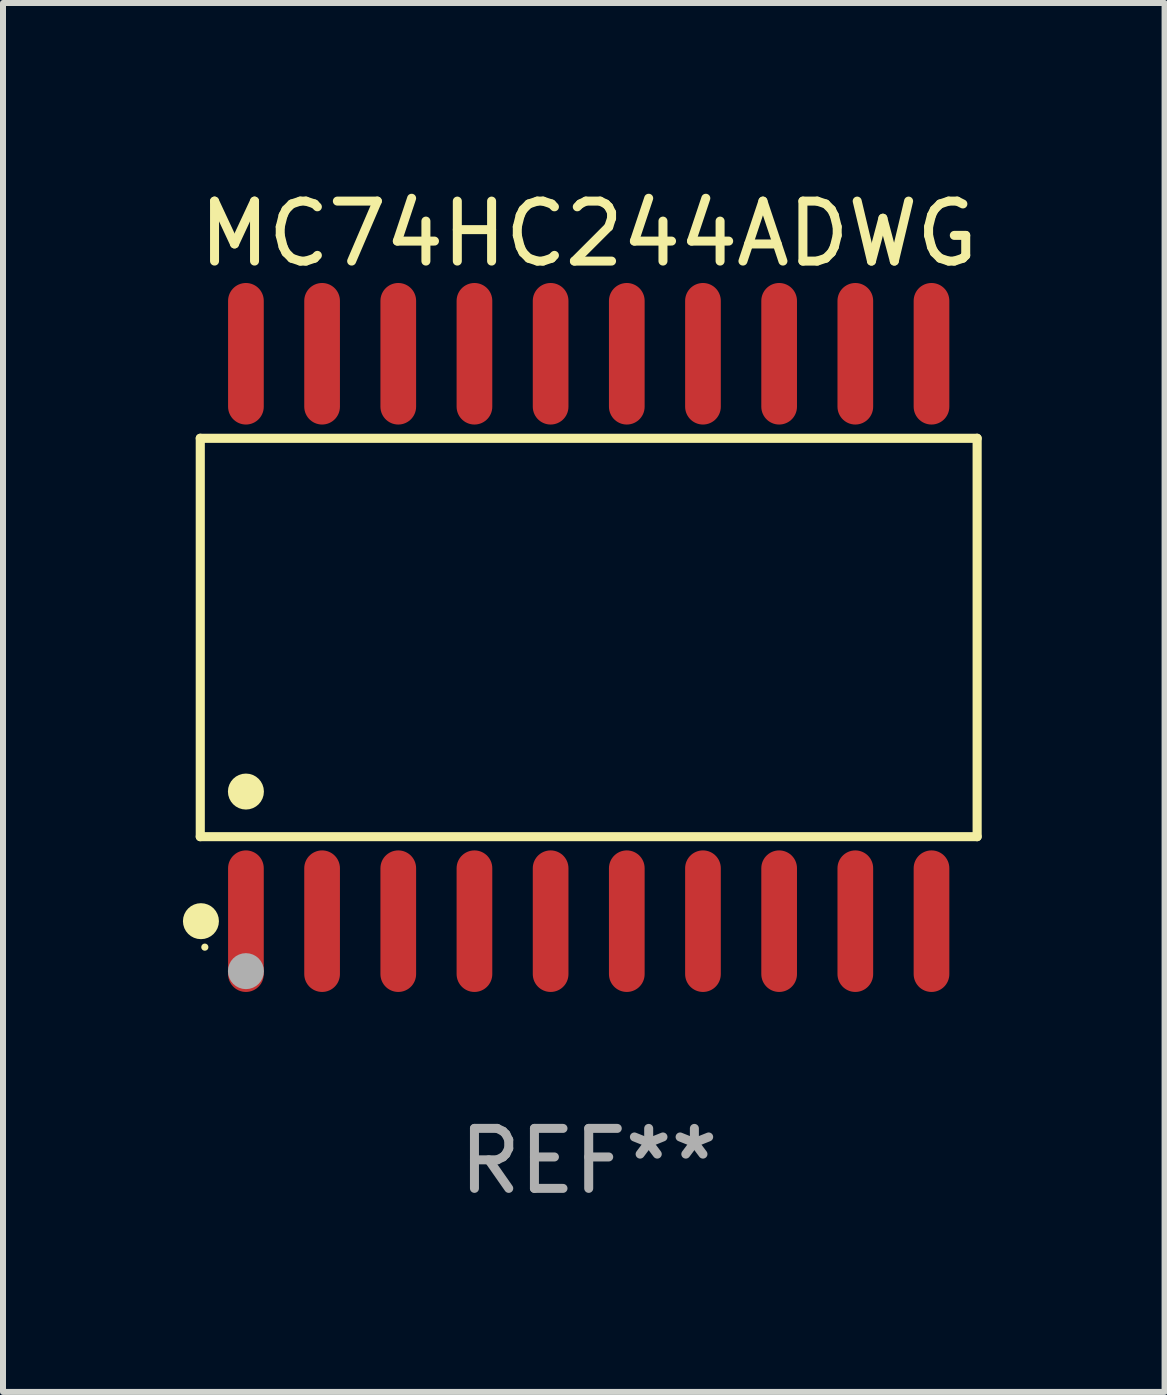
<source format=kicad_pcb>
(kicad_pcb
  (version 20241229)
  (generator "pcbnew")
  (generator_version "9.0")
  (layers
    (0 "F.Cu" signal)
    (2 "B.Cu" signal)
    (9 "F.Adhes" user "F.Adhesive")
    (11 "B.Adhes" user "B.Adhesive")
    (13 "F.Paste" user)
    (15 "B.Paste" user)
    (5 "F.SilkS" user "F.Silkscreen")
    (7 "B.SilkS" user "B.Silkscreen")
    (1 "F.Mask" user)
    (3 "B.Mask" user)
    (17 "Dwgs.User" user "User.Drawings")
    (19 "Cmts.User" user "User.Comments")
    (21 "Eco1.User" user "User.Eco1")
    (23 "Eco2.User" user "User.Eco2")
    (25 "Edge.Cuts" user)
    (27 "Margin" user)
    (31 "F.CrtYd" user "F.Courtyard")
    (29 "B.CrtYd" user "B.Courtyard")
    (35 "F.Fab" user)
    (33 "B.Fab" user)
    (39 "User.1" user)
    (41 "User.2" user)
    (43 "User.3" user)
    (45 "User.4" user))
  (footprint "MC74HC244ADWG"
    (layer "F.Cu")
    (at 6.765 7.578)
    (property "Reference" "MC74HC244ADWG" (at 0 -6.73 0) (layer "F.SilkS") (effects (font (size 1 1) (thickness 0.15))))
    (attr through_hole)
    (fp_line (start -6.476 -3.321) (end 6.476 -3.321) (stroke (width 0.152) (type solid)) (layer "F.SilkS"))
    (fp_line (start -6.476 3.321) (end -6.476 -3.321) (stroke (width 0.152) (type solid)) (layer "F.SilkS"))
    (fp_line (start 6.476 -3.321) (end 6.476 3.321) (stroke (width 0.152) (type solid)) (layer "F.SilkS"))
    (fp_line (start 6.476 3.321) (end -6.476 3.321) (stroke (width 0.152) (type solid)) (layer "F.SilkS"))
    (fp_circle (center -6.465 4.73) (end -6.315 4.73) (stroke (width 0.3) (type solid)) (fill no) (layer "F.SilkS"))
    (fp_circle (center -6.4 5.163) (end -6.37 5.163) (stroke (width 0.06) (type solid)) (fill no) (layer "F.SilkS"))
    (fp_circle (center -5.715 2.569) (end -5.565 2.569) (stroke (width 0.3) (type solid)) (fill no) (layer "F.SilkS"))
    (fp_circle (center -5.715 5.563) (end -5.565 5.563) (stroke (width 0.3) (type solid)) (fill no) (layer "F.Fab"))
    (fp_text user "REF**" (at 0 8.73 0) (layer "F.Fab") (effects (font (size 1 1) (thickness 0.15))))
    (pad "1" smd oval (at -5.715 4.73) (size 0.595 2.36) (layers "F.Cu" "F.Mask" "F.Paste"))
    (pad "2" smd oval (at -4.445 4.73) (size 0.595 2.36) (layers "F.Cu" "F.Mask" "F.Paste"))
    (pad "3" smd oval (at -3.175 4.73) (size 0.595 2.36) (layers "F.Cu" "F.Mask" "F.Paste"))
    (pad "4" smd oval (at -1.905 4.73) (size 0.595 2.36) (layers "F.Cu" "F.Mask" "F.Paste"))
    (pad "5" smd oval (at -0.635 4.73) (size 0.595 2.36) (layers "F.Cu" "F.Mask" "F.Paste"))
    (pad "6" smd oval (at 0.635 4.73) (size 0.595 2.36) (layers "F.Cu" "F.Mask" "F.Paste"))
    (pad "7" smd oval (at 1.905 4.73) (size 0.595 2.36) (layers "F.Cu" "F.Mask" "F.Paste"))
    (pad "8" smd oval (at 3.175 4.73) (size 0.595 2.36) (layers "F.Cu" "F.Mask" "F.Paste"))
    (pad "9" smd oval (at 4.445 4.73) (size 0.595 2.36) (layers "F.Cu" "F.Mask" "F.Paste"))
    (pad "10" smd oval (at 5.715 4.73) (size 0.595 2.36) (layers "F.Cu" "F.Mask" "F.Paste"))
    (pad "11" smd oval (at 5.715 -4.73) (size 0.595 2.36) (layers "F.Cu" "F.Mask" "F.Paste"))
    (pad "12" smd oval (at 4.445 -4.73) (size 0.595 2.36) (layers "F.Cu" "F.Mask" "F.Paste"))
    (pad "13" smd oval (at 3.175 -4.73) (size 0.595 2.36) (layers "F.Cu" "F.Mask" "F.Paste"))
    (pad "14" smd oval (at 1.905 -4.73) (size 0.595 2.36) (layers "F.Cu" "F.Mask" "F.Paste"))
    (pad "15" smd oval (at 0.635 -4.73) (size 0.595 2.36) (layers "F.Cu" "F.Mask" "F.Paste"))
    (pad "16" smd oval (at -0.635 -4.73) (size 0.595 2.36) (layers "F.Cu" "F.Mask" "F.Paste"))
    (pad "17" smd oval (at -1.905 -4.73) (size 0.595 2.36) (layers "F.Cu" "F.Mask" "F.Paste"))
    (pad "18" smd oval (at -3.175 -4.73) (size 0.595 2.36) (layers "F.Cu" "F.Mask" "F.Paste"))
    (pad "19" smd oval (at -4.445 -4.73) (size 0.595 2.36) (layers "F.Cu" "F.Mask" "F.Paste"))
    (pad "20" smd oval (at -5.715 -4.73) (size 0.595 2.36) (layers "F.Cu" "F.Mask" "F.Paste")))
  (gr_rect
    (start -3 -3)
    (end 16.366 20.156)
    (stroke (width 0.1) (type default))
    (fill no)
    (layer "Edge.Cuts")))
</source>
